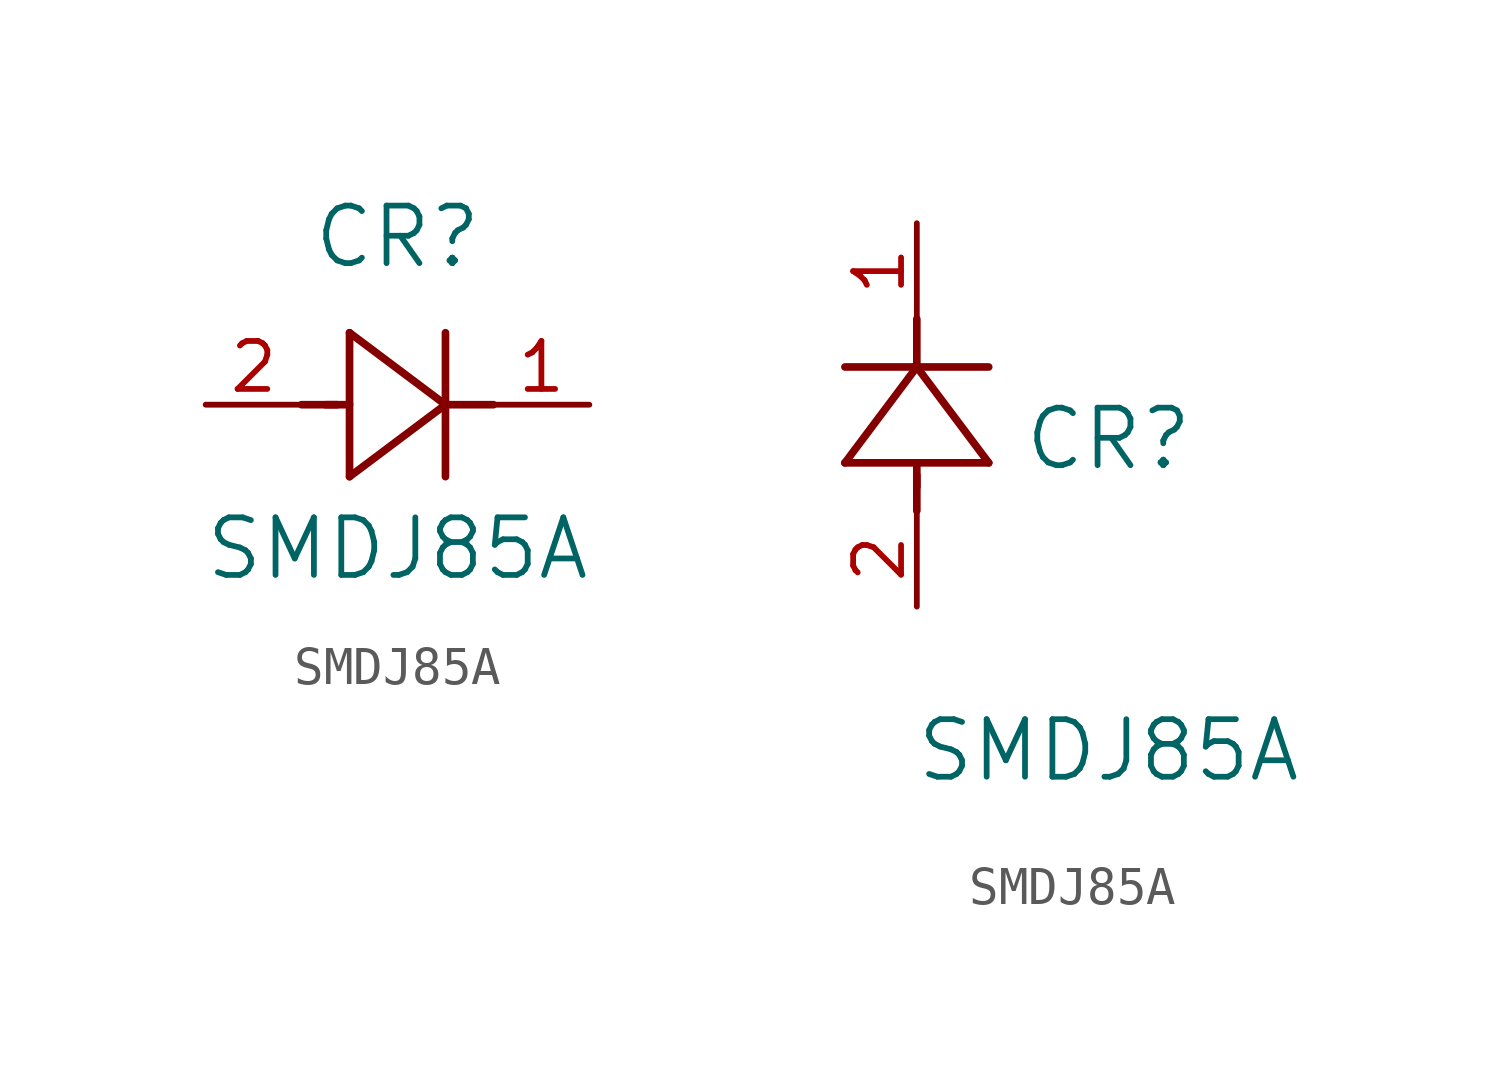
<source format=kicad_sym>
(kicad_symbol_lib
  (version 20211014)
  (generator kicad_symbol_editor)
  (symbol "SMDJ85A"
    (pin_names
      (offset 0.254))
    (property "Reference" "CR"
      (at 5.08 4.445 0)
      (effects (font (size 1.524 1.524))))
    (property "Value" "SMDJ85A"
      (at 5.08 -3.81 0)
      (effects (font (size 1.524 1.524))))
    (symbol "SMDJ85A_1_1"
      (polyline (pts (xy 2.54 0) (xy 3.48 0)) (stroke (width 0.203) (type default) (color 0 0 0 0)) (fill (type none)))
      (polyline (pts (xy 3.81 1.905) (xy 3.81 -1.905)) (stroke (width 0.203) (type default) (color 0 0 0 0)) (fill (type none)))
      (polyline (pts (xy 3.175 0) (xy 3.81 0)) (stroke (width 0.203) (type default) (color 0 0 0 0)) (fill (type none)))
      (polyline (pts (xy 6.35 -1.905) (xy 6.35 1.905)) (stroke (width 0.203) (type default) (color 0 0 0 0)) (fill (type none)))
      (polyline (pts (xy 6.35 0) (xy 7.62 0)) (stroke (width 0.203) (type default) (color 0 0 0 0)) (fill (type none)))
      (polyline (pts (xy 6.35 0) (xy 3.81 1.905)) (stroke (width 0.203) (type default) (color 0 0 0 0)) (fill (type none)))
      (polyline (pts (xy 3.81 -1.905) (xy 6.35 0)) (stroke (width 0.203) (type default) (color 0 0 0 0)) (fill (type none)))
      (pin unspecified line (at 0 0 0) (length 2.54) (name "" (effects (font (size 1.27 1.27)))) (number "2" (effects (font (size 1.27 1.27)))))
      (pin unspecified line (at 10.16 0 180) (length 2.54) (name "" (effects (font (size 1.27 1.27)))) (number "1" (effects (font (size 1.27 1.27))))))
    (symbol "SMDJ85A_1_2"
      (polyline (pts (xy 0 2.54) (xy 0 3.48)) (stroke (width 0.203) (type default) (color 0 0 0 0)) (fill (type none)))
      (polyline (pts (xy -1.905 3.81) (xy 1.905 3.81)) (stroke (width 0.203) (type default) (color 0 0 0 0)) (fill (type none)))
      (polyline (pts (xy 0 3.175) (xy 0 3.81)) (stroke (width 0.203) (type default) (color 0 0 0 0)) (fill (type none)))
      (polyline (pts (xy 1.905 6.35) (xy -1.905 6.35)) (stroke (width 0.203) (type default) (color 0 0 0 0)) (fill (type none)))
      (polyline (pts (xy 0 6.35) (xy 0 7.62)) (stroke (width 0.203) (type default) (color 0 0 0 0)) (fill (type none)))
      (polyline (pts (xy 0 6.35) (xy -1.905 3.81)) (stroke (width 0.203) (type default) (color 0 0 0 0)) (fill (type none)))
      (polyline (pts (xy 1.905 3.81) (xy 0 6.35)) (stroke (width 0.203) (type default) (color 0 0 0 0)) (fill (type none)))
      (pin unspecified line (at 0 0 90) (length 2.54) (name "" (effects (font (size 1.27 1.27)))) (number "2" (effects (font (size 1.27 1.27)))))
      (pin unspecified line (at 0 10.16 270) (length 2.54) (name "" (effects (font (size 1.27 1.27)))) (number "1" (effects (font (size 1.27 1.27))))))))
</source>
